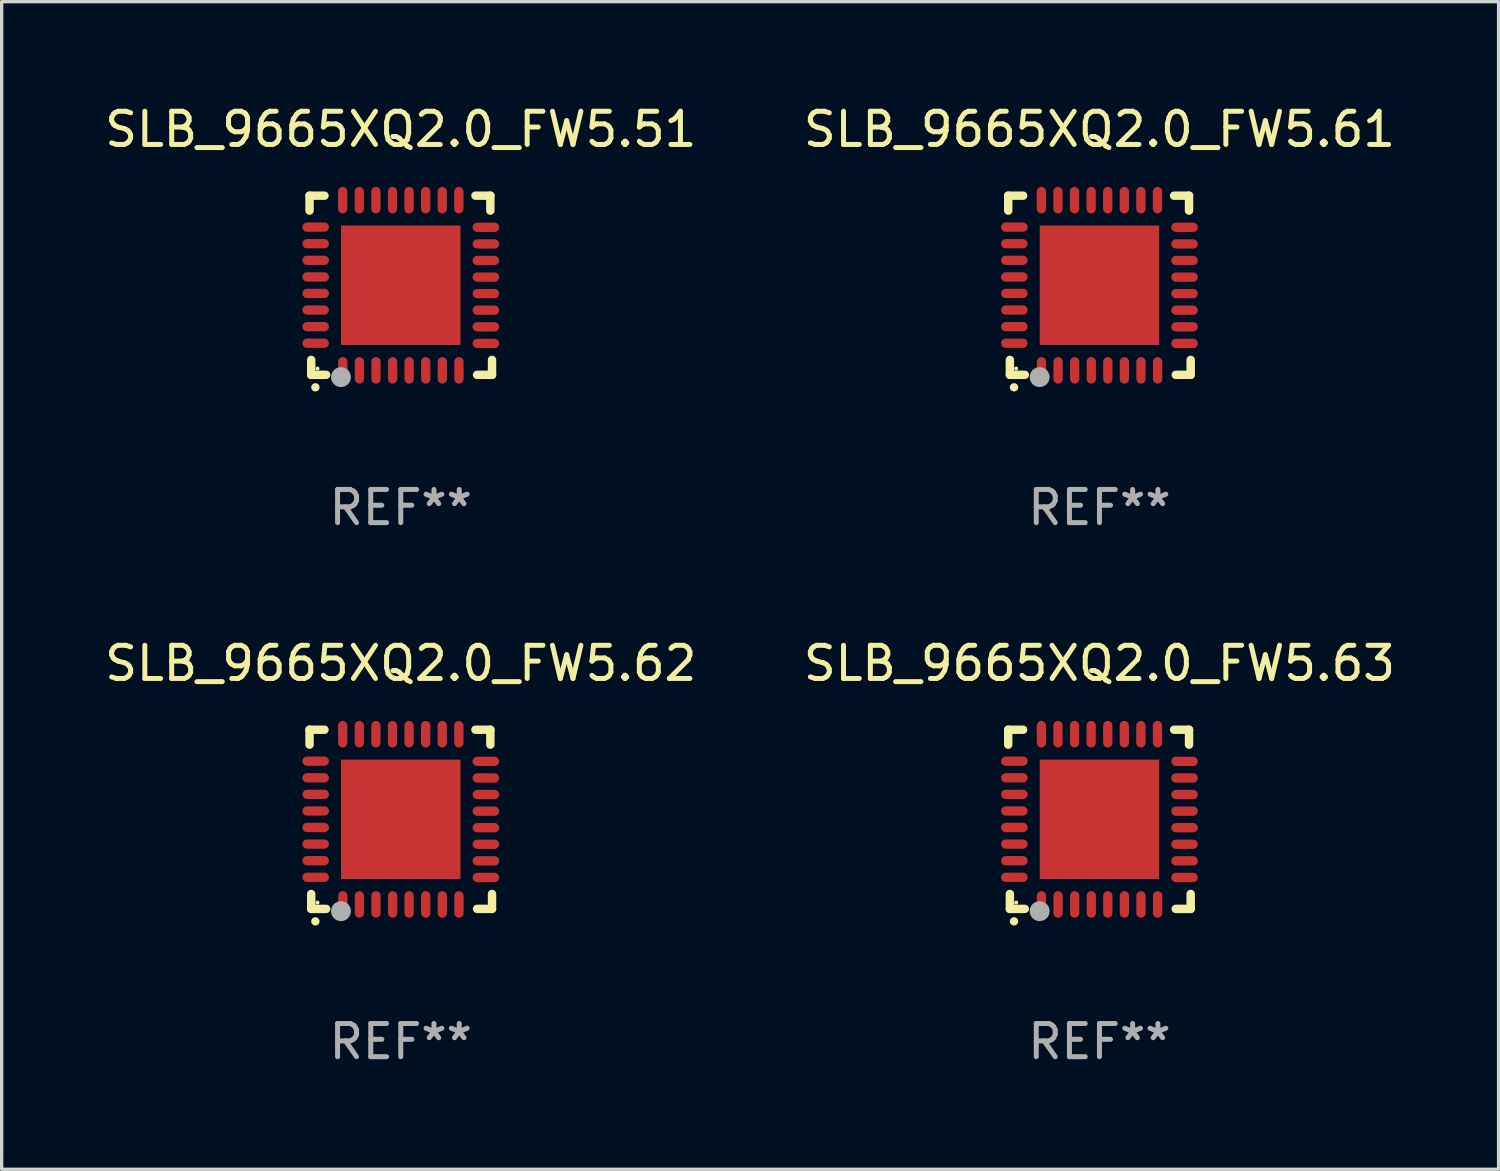
<source format=kicad_pcb>
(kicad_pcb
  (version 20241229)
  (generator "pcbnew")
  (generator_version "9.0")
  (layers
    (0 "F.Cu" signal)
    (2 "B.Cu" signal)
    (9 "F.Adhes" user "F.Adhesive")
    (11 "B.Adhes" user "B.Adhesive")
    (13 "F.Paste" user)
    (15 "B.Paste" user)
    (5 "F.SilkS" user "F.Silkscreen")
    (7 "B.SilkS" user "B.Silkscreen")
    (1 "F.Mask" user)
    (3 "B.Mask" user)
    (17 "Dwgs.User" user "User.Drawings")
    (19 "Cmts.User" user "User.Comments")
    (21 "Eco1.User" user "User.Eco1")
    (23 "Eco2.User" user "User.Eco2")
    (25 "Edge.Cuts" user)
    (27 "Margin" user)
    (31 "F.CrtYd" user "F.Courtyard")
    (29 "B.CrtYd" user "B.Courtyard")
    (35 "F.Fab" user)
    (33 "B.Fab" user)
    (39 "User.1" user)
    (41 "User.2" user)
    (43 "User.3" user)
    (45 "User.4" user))
  (footprint "SLB_9665XQ2.0_FW5.61"
    (layer "F.Cu")
    (at 30.089 5.548)
    (property "Reference" "SLB_9665XQ2.0_FW5.61" (at 0 -4.7 0) (layer "F.SilkS") (effects (font (size 1 1) (thickness 0.15))))
    (attr through_hole)
    (fp_line (start -2.75 -2.7) (end -2.75 -2.25) (stroke (width 0.254) (type solid)) (layer "F.SilkS"))
    (fp_line (start -2.7 2.7) (end -2.7 2.25) (stroke (width 0.254) (type solid)) (layer "F.SilkS"))
    (fp_line (start -2.3 -2.7) (end -2.75 -2.7) (stroke (width 0.254) (type solid)) (layer "F.SilkS"))
    (fp_line (start -2.25 2.7) (end -2.7 2.7) (stroke (width 0.254) (type solid)) (layer "F.SilkS"))
    (fp_line (start 2.3 2.7) (end 2.75 2.7) (stroke (width 0.254) (type solid)) (layer "F.SilkS"))
    (fp_line (start 2.7 -2.7) (end 2.25 -2.7) (stroke (width 0.254) (type solid)) (layer "F.SilkS"))
    (fp_line (start 2.7 -2.25) (end 2.7 -2.7) (stroke (width 0.254) (type solid)) (layer "F.SilkS"))
    (fp_line (start 2.75 2.7) (end 2.75 2.25) (stroke (width 0.254) (type solid)) (layer "F.SilkS"))
    (fp_arc (start -2.575565 3.075946) (mid -2.574295 3.07594) (end -2.573025 3.075946) (stroke (width 0.25) (type solid)) (layer "F.SilkS"))
    (fp_circle (center -2.51 2.51) (end -2.48 2.51) (stroke (width 0.06) (type solid)) (fill no) (layer "F.SilkS"))
    (fp_circle (center -1.803 2.769) (end -1.653 2.769) (stroke (width 0.3) (type solid)) (fill no) (layer "F.Fab"))
    (fp_text user "REF**" (at 0 6.7 0) (layer "F.Fab") (effects (font (size 1 1) (thickness 0.15))))
    (pad "1" smd oval (at -1.747 2.565) (size 0.28 0.8) (layers "F.Cu" "F.Mask" "F.Paste"))
    (pad "2" smd oval (at -1.247 2.565) (size 0.28 0.8) (layers "F.Cu" "F.Mask" "F.Paste"))
    (pad "3" smd oval (at -0.747 2.565) (size 0.28 0.8) (layers "F.Cu" "F.Mask" "F.Paste"))
    (pad "4" smd oval (at -0.246 2.565) (size 0.28 0.8) (layers "F.Cu" "F.Mask" "F.Paste"))
    (pad "5" smd oval (at 0.252 2.565) (size 0.28 0.8) (layers "F.Cu" "F.Mask" "F.Paste"))
    (pad "6" smd oval (at 0.752 2.565) (size 0.28 0.8) (layers "F.Cu" "F.Mask" "F.Paste"))
    (pad "7" smd oval (at 1.252 2.565) (size 0.28 0.8) (layers "F.Cu" "F.Mask" "F.Paste"))
    (pad "8" smd oval (at 1.753 2.565) (size 0.28 0.8) (layers "F.Cu" "F.Mask" "F.Paste"))
    (pad "9" smd oval (at 2.565 1.753) (size 0.8 0.28) (layers "F.Cu" "F.Mask" "F.Paste"))
    (pad "10" smd oval (at 2.565 1.252) (size 0.8 0.28) (layers "F.Cu" "F.Mask" "F.Paste"))
    (pad "11" smd oval (at 2.565 0.752) (size 0.8 0.28) (layers "F.Cu" "F.Mask" "F.Paste"))
    (pad "12" smd oval (at 2.565 0.252) (size 0.8 0.28) (layers "F.Cu" "F.Mask" "F.Paste"))
    (pad "13" smd oval (at 2.565 -0.246) (size 0.8 0.28) (layers "F.Cu" "F.Mask" "F.Paste"))
    (pad "14" smd oval (at 2.565 -0.747) (size 0.8 0.28) (layers "F.Cu" "F.Mask" "F.Paste"))
    (pad "15" smd oval (at 2.565 -1.247) (size 0.8 0.28) (layers "F.Cu" "F.Mask" "F.Paste"))
    (pad "16" smd oval (at 2.565 -1.747) (size 0.8 0.28) (layers "F.Cu" "F.Mask" "F.Paste"))
    (pad "17" smd oval (at 1.75 -2.565) (size 0.28 0.8) (layers "F.Cu" "F.Mask" "F.Paste"))
    (pad "18" smd oval (at 1.25 -2.565) (size 0.28 0.8) (layers "F.Cu" "F.Mask" "F.Paste"))
    (pad "19" smd oval (at 0.75 -2.565) (size 0.28 0.8) (layers "F.Cu" "F.Mask" "F.Paste"))
    (pad "20" smd oval (at 0.25 -2.565) (size 0.28 0.8) (layers "F.Cu" "F.Mask" "F.Paste"))
    (pad "21" smd oval (at -0.25 -2.565) (size 0.28 0.8) (layers "F.Cu" "F.Mask" "F.Paste"))
    (pad "22" smd oval (at -0.75 -2.565) (size 0.28 0.8) (layers "F.Cu" "F.Mask" "F.Paste"))
    (pad "23" smd oval (at -1.25 -2.565) (size 0.28 0.8) (layers "F.Cu" "F.Mask" "F.Paste"))
    (pad "24" smd oval (at -1.75 -2.565) (size 0.28 0.8) (layers "F.Cu" "F.Mask" "F.Paste"))
    (pad "25" smd oval (at -2.565 -1.753) (size 0.8 0.28) (layers "F.Cu" "F.Mask" "F.Paste"))
    (pad "26" smd oval (at -2.565 -1.252) (size 0.8 0.28) (layers "F.Cu" "F.Mask" "F.Paste"))
    (pad "27" smd oval (at -2.565 -0.752) (size 0.8 0.28) (layers "F.Cu" "F.Mask" "F.Paste"))
    (pad "28" smd oval (at -2.565 -0.251) (size 0.8 0.28) (layers "F.Cu" "F.Mask" "F.Paste"))
    (pad "29" smd oval (at -2.565 0.246) (size 0.8 0.28) (layers "F.Cu" "F.Mask" "F.Paste"))
    (pad "30" smd oval (at -2.565 0.747) (size 0.8 0.28) (layers "F.Cu" "F.Mask" "F.Paste"))
    (pad "31" smd oval (at -2.565 1.247) (size 0.8 0.28) (layers "F.Cu" "F.Mask" "F.Paste"))
    (pad "32" smd oval (at -2.565 1.748) (size 0.8 0.28) (layers "F.Cu" "F.Mask" "F.Paste"))
    (pad "33" smd rect (at 0.000076 0.000076) (size 3.6 3.6) (layers "F.Cu" "F.Mask" "F.Paste")))
  (footprint "SLB_9665XQ2.0_FW5.63"
    (layer "F.Cu")
    (at 30.089 21.645)
    (property "Reference" "SLB_9665XQ2.0_FW5.63" (at 0 -4.7 0) (layer "F.SilkS") (effects (font (size 1 1) (thickness 0.15))))
    (attr through_hole)
    (fp_line (start -2.75 -2.7) (end -2.75 -2.25) (stroke (width 0.254) (type solid)) (layer "F.SilkS"))
    (fp_line (start -2.7 2.7) (end -2.7 2.25) (stroke (width 0.254) (type solid)) (layer "F.SilkS"))
    (fp_line (start -2.3 -2.7) (end -2.75 -2.7) (stroke (width 0.254) (type solid)) (layer "F.SilkS"))
    (fp_line (start -2.25 2.7) (end -2.7 2.7) (stroke (width 0.254) (type solid)) (layer "F.SilkS"))
    (fp_line (start 2.3 2.7) (end 2.75 2.7) (stroke (width 0.254) (type solid)) (layer "F.SilkS"))
    (fp_line (start 2.7 -2.7) (end 2.25 -2.7) (stroke (width 0.254) (type solid)) (layer "F.SilkS"))
    (fp_line (start 2.7 -2.25) (end 2.7 -2.7) (stroke (width 0.254) (type solid)) (layer "F.SilkS"))
    (fp_line (start 2.75 2.7) (end 2.75 2.25) (stroke (width 0.254) (type solid)) (layer "F.SilkS"))
    (fp_arc (start -2.575565 3.075946) (mid -2.574295 3.07594) (end -2.573025 3.075946) (stroke (width 0.25) (type solid)) (layer "F.SilkS"))
    (fp_circle (center -2.51 2.51) (end -2.48 2.51) (stroke (width 0.06) (type solid)) (fill no) (layer "F.SilkS"))
    (fp_circle (center -1.803 2.769) (end -1.653 2.769) (stroke (width 0.3) (type solid)) (fill no) (layer "F.Fab"))
    (fp_text user "REF**" (at 0 6.7 0) (layer "F.Fab") (effects (font (size 1 1) (thickness 0.15))))
    (pad "1" smd oval (at -1.747 2.565) (size 0.28 0.8) (layers "F.Cu" "F.Mask" "F.Paste"))
    (pad "2" smd oval (at -1.247 2.565) (size 0.28 0.8) (layers "F.Cu" "F.Mask" "F.Paste"))
    (pad "3" smd oval (at -0.747 2.565) (size 0.28 0.8) (layers "F.Cu" "F.Mask" "F.Paste"))
    (pad "4" smd oval (at -0.246 2.565) (size 0.28 0.8) (layers "F.Cu" "F.Mask" "F.Paste"))
    (pad "5" smd oval (at 0.252 2.565) (size 0.28 0.8) (layers "F.Cu" "F.Mask" "F.Paste"))
    (pad "6" smd oval (at 0.752 2.565) (size 0.28 0.8) (layers "F.Cu" "F.Mask" "F.Paste"))
    (pad "7" smd oval (at 1.252 2.565) (size 0.28 0.8) (layers "F.Cu" "F.Mask" "F.Paste"))
    (pad "8" smd oval (at 1.753 2.565) (size 0.28 0.8) (layers "F.Cu" "F.Mask" "F.Paste"))
    (pad "9" smd oval (at 2.565 1.753) (size 0.8 0.28) (layers "F.Cu" "F.Mask" "F.Paste"))
    (pad "10" smd oval (at 2.565 1.252) (size 0.8 0.28) (layers "F.Cu" "F.Mask" "F.Paste"))
    (pad "11" smd oval (at 2.565 0.752) (size 0.8 0.28) (layers "F.Cu" "F.Mask" "F.Paste"))
    (pad "12" smd oval (at 2.565 0.252) (size 0.8 0.28) (layers "F.Cu" "F.Mask" "F.Paste"))
    (pad "13" smd oval (at 2.565 -0.246) (size 0.8 0.28) (layers "F.Cu" "F.Mask" "F.Paste"))
    (pad "14" smd oval (at 2.565 -0.747) (size 0.8 0.28) (layers "F.Cu" "F.Mask" "F.Paste"))
    (pad "15" smd oval (at 2.565 -1.247) (size 0.8 0.28) (layers "F.Cu" "F.Mask" "F.Paste"))
    (pad "16" smd oval (at 2.565 -1.747) (size 0.8 0.28) (layers "F.Cu" "F.Mask" "F.Paste"))
    (pad "17" smd oval (at 1.75 -2.565) (size 0.28 0.8) (layers "F.Cu" "F.Mask" "F.Paste"))
    (pad "18" smd oval (at 1.25 -2.565) (size 0.28 0.8) (layers "F.Cu" "F.Mask" "F.Paste"))
    (pad "19" smd oval (at 0.75 -2.565) (size 0.28 0.8) (layers "F.Cu" "F.Mask" "F.Paste"))
    (pad "20" smd oval (at 0.25 -2.565) (size 0.28 0.8) (layers "F.Cu" "F.Mask" "F.Paste"))
    (pad "21" smd oval (at -0.25 -2.565) (size 0.28 0.8) (layers "F.Cu" "F.Mask" "F.Paste"))
    (pad "22" smd oval (at -0.75 -2.565) (size 0.28 0.8) (layers "F.Cu" "F.Mask" "F.Paste"))
    (pad "23" smd oval (at -1.25 -2.565) (size 0.28 0.8) (layers "F.Cu" "F.Mask" "F.Paste"))
    (pad "24" smd oval (at -1.75 -2.565) (size 0.28 0.8) (layers "F.Cu" "F.Mask" "F.Paste"))
    (pad "25" smd oval (at -2.565 -1.753) (size 0.8 0.28) (layers "F.Cu" "F.Mask" "F.Paste"))
    (pad "26" smd oval (at -2.565 -1.252) (size 0.8 0.28) (layers "F.Cu" "F.Mask" "F.Paste"))
    (pad "27" smd oval (at -2.565 -0.752) (size 0.8 0.28) (layers "F.Cu" "F.Mask" "F.Paste"))
    (pad "28" smd oval (at -2.565 -0.251) (size 0.8 0.28) (layers "F.Cu" "F.Mask" "F.Paste"))
    (pad "29" smd oval (at -2.565 0.246) (size 0.8 0.28) (layers "F.Cu" "F.Mask" "F.Paste"))
    (pad "30" smd oval (at -2.565 0.747) (size 0.8 0.28) (layers "F.Cu" "F.Mask" "F.Paste"))
    (pad "31" smd oval (at -2.565 1.247) (size 0.8 0.28) (layers "F.Cu" "F.Mask" "F.Paste"))
    (pad "32" smd oval (at -2.565 1.748) (size 0.8 0.28) (layers "F.Cu" "F.Mask" "F.Paste"))
    (pad "33" smd rect (at 0.000076 0.000076) (size 3.6 3.6) (layers "F.Cu" "F.Mask" "F.Paste")))
  (footprint "SLB_9665XQ2.0_FW5.62"
    (layer "F.Cu")
    (at 9.03 21.645)
    (property "Reference" "SLB_9665XQ2.0_FW5.62" (at 0 -4.7 0) (layer "F.SilkS") (effects (font (size 1 1) (thickness 0.15))))
    (attr through_hole)
    (fp_line (start -2.75 -2.7) (end -2.75 -2.25) (stroke (width 0.254) (type solid)) (layer "F.SilkS"))
    (fp_line (start -2.7 2.7) (end -2.7 2.25) (stroke (width 0.254) (type solid)) (layer "F.SilkS"))
    (fp_line (start -2.3 -2.7) (end -2.75 -2.7) (stroke (width 0.254) (type solid)) (layer "F.SilkS"))
    (fp_line (start -2.25 2.7) (end -2.7 2.7) (stroke (width 0.254) (type solid)) (layer "F.SilkS"))
    (fp_line (start 2.3 2.7) (end 2.75 2.7) (stroke (width 0.254) (type solid)) (layer "F.SilkS"))
    (fp_line (start 2.7 -2.7) (end 2.25 -2.7) (stroke (width 0.254) (type solid)) (layer "F.SilkS"))
    (fp_line (start 2.7 -2.25) (end 2.7 -2.7) (stroke (width 0.254) (type solid)) (layer "F.SilkS"))
    (fp_line (start 2.75 2.7) (end 2.75 2.25) (stroke (width 0.254) (type solid)) (layer "F.SilkS"))
    (fp_arc (start -2.575565 3.075946) (mid -2.574295 3.07594) (end -2.573025 3.075946) (stroke (width 0.25) (type solid)) (layer "F.SilkS"))
    (fp_circle (center -2.51 2.51) (end -2.48 2.51) (stroke (width 0.06) (type solid)) (fill no) (layer "F.SilkS"))
    (fp_circle (center -1.803 2.769) (end -1.653 2.769) (stroke (width 0.3) (type solid)) (fill no) (layer "F.Fab"))
    (fp_text user "REF**" (at 0 6.7 0) (layer "F.Fab") (effects (font (size 1 1) (thickness 0.15))))
    (pad "1" smd oval (at -1.747 2.565) (size 0.28 0.8) (layers "F.Cu" "F.Mask" "F.Paste"))
    (pad "2" smd oval (at -1.247 2.565) (size 0.28 0.8) (layers "F.Cu" "F.Mask" "F.Paste"))
    (pad "3" smd oval (at -0.747 2.565) (size 0.28 0.8) (layers "F.Cu" "F.Mask" "F.Paste"))
    (pad "4" smd oval (at -0.246 2.565) (size 0.28 0.8) (layers "F.Cu" "F.Mask" "F.Paste"))
    (pad "5" smd oval (at 0.252 2.565) (size 0.28 0.8) (layers "F.Cu" "F.Mask" "F.Paste"))
    (pad "6" smd oval (at 0.752 2.565) (size 0.28 0.8) (layers "F.Cu" "F.Mask" "F.Paste"))
    (pad "7" smd oval (at 1.252 2.565) (size 0.28 0.8) (layers "F.Cu" "F.Mask" "F.Paste"))
    (pad "8" smd oval (at 1.753 2.565) (size 0.28 0.8) (layers "F.Cu" "F.Mask" "F.Paste"))
    (pad "9" smd oval (at 2.565 1.753) (size 0.8 0.28) (layers "F.Cu" "F.Mask" "F.Paste"))
    (pad "10" smd oval (at 2.565 1.252) (size 0.8 0.28) (layers "F.Cu" "F.Mask" "F.Paste"))
    (pad "11" smd oval (at 2.565 0.752) (size 0.8 0.28) (layers "F.Cu" "F.Mask" "F.Paste"))
    (pad "12" smd oval (at 2.565 0.252) (size 0.8 0.28) (layers "F.Cu" "F.Mask" "F.Paste"))
    (pad "13" smd oval (at 2.565 -0.246) (size 0.8 0.28) (layers "F.Cu" "F.Mask" "F.Paste"))
    (pad "14" smd oval (at 2.565 -0.747) (size 0.8 0.28) (layers "F.Cu" "F.Mask" "F.Paste"))
    (pad "15" smd oval (at 2.565 -1.247) (size 0.8 0.28) (layers "F.Cu" "F.Mask" "F.Paste"))
    (pad "16" smd oval (at 2.565 -1.747) (size 0.8 0.28) (layers "F.Cu" "F.Mask" "F.Paste"))
    (pad "17" smd oval (at 1.75 -2.565) (size 0.28 0.8) (layers "F.Cu" "F.Mask" "F.Paste"))
    (pad "18" smd oval (at 1.25 -2.565) (size 0.28 0.8) (layers "F.Cu" "F.Mask" "F.Paste"))
    (pad "19" smd oval (at 0.75 -2.565) (size 0.28 0.8) (layers "F.Cu" "F.Mask" "F.Paste"))
    (pad "20" smd oval (at 0.25 -2.565) (size 0.28 0.8) (layers "F.Cu" "F.Mask" "F.Paste"))
    (pad "21" smd oval (at -0.25 -2.565) (size 0.28 0.8) (layers "F.Cu" "F.Mask" "F.Paste"))
    (pad "22" smd oval (at -0.75 -2.565) (size 0.28 0.8) (layers "F.Cu" "F.Mask" "F.Paste"))
    (pad "23" smd oval (at -1.25 -2.565) (size 0.28 0.8) (layers "F.Cu" "F.Mask" "F.Paste"))
    (pad "24" smd oval (at -1.75 -2.565) (size 0.28 0.8) (layers "F.Cu" "F.Mask" "F.Paste"))
    (pad "25" smd oval (at -2.565 -1.753) (size 0.8 0.28) (layers "F.Cu" "F.Mask" "F.Paste"))
    (pad "26" smd oval (at -2.565 -1.252) (size 0.8 0.28) (layers "F.Cu" "F.Mask" "F.Paste"))
    (pad "27" smd oval (at -2.565 -0.752) (size 0.8 0.28) (layers "F.Cu" "F.Mask" "F.Paste"))
    (pad "28" smd oval (at -2.565 -0.251) (size 0.8 0.28) (layers "F.Cu" "F.Mask" "F.Paste"))
    (pad "29" smd oval (at -2.565 0.246) (size 0.8 0.28) (layers "F.Cu" "F.Mask" "F.Paste"))
    (pad "30" smd oval (at -2.565 0.747) (size 0.8 0.28) (layers "F.Cu" "F.Mask" "F.Paste"))
    (pad "31" smd oval (at -2.565 1.247) (size 0.8 0.28) (layers "F.Cu" "F.Mask" "F.Paste"))
    (pad "32" smd oval (at -2.565 1.748) (size 0.8 0.28) (layers "F.Cu" "F.Mask" "F.Paste"))
    (pad "33" smd rect (at 0.000076 0.000076) (size 3.6 3.6) (layers "F.Cu" "F.Mask" "F.Paste")))
  (footprint "SLB_9665XQ2.0_FW5.51"
    (layer "F.Cu")
    (at 9.03 5.548)
    (property "Reference" "SLB_9665XQ2.0_FW5.51" (at 0 -4.7 0) (layer "F.SilkS") (effects (font (size 1 1) (thickness 0.15))))
    (attr through_hole)
    (fp_line (start -2.75 -2.7) (end -2.75 -2.25) (stroke (width 0.254) (type solid)) (layer "F.SilkS"))
    (fp_line (start -2.7 2.7) (end -2.7 2.25) (stroke (width 0.254) (type solid)) (layer "F.SilkS"))
    (fp_line (start -2.3 -2.7) (end -2.75 -2.7) (stroke (width 0.254) (type solid)) (layer "F.SilkS"))
    (fp_line (start -2.25 2.7) (end -2.7 2.7) (stroke (width 0.254) (type solid)) (layer "F.SilkS"))
    (fp_line (start 2.3 2.7) (end 2.75 2.7) (stroke (width 0.254) (type solid)) (layer "F.SilkS"))
    (fp_line (start 2.7 -2.7) (end 2.25 -2.7) (stroke (width 0.254) (type solid)) (layer "F.SilkS"))
    (fp_line (start 2.7 -2.25) (end 2.7 -2.7) (stroke (width 0.254) (type solid)) (layer "F.SilkS"))
    (fp_line (start 2.75 2.7) (end 2.75 2.25) (stroke (width 0.254) (type solid)) (layer "F.SilkS"))
    (fp_arc (start -2.575565 3.075946) (mid -2.574295 3.07594) (end -2.573025 3.075946) (stroke (width 0.25) (type solid)) (layer "F.SilkS"))
    (fp_circle (center -2.51 2.51) (end -2.48 2.51) (stroke (width 0.06) (type solid)) (fill no) (layer "F.SilkS"))
    (fp_circle (center -1.803 2.769) (end -1.653 2.769) (stroke (width 0.3) (type solid)) (fill no) (layer "F.Fab"))
    (fp_text user "REF**" (at 0 6.7 0) (layer "F.Fab") (effects (font (size 1 1) (thickness 0.15))))
    (pad "1" smd oval (at -1.747 2.565) (size 0.28 0.8) (layers "F.Cu" "F.Mask" "F.Paste"))
    (pad "2" smd oval (at -1.247 2.565) (size 0.28 0.8) (layers "F.Cu" "F.Mask" "F.Paste"))
    (pad "3" smd oval (at -0.747 2.565) (size 0.28 0.8) (layers "F.Cu" "F.Mask" "F.Paste"))
    (pad "4" smd oval (at -0.246 2.565) (size 0.28 0.8) (layers "F.Cu" "F.Mask" "F.Paste"))
    (pad "5" smd oval (at 0.252 2.565) (size 0.28 0.8) (layers "F.Cu" "F.Mask" "F.Paste"))
    (pad "6" smd oval (at 0.752 2.565) (size 0.28 0.8) (layers "F.Cu" "F.Mask" "F.Paste"))
    (pad "7" smd oval (at 1.252 2.565) (size 0.28 0.8) (layers "F.Cu" "F.Mask" "F.Paste"))
    (pad "8" smd oval (at 1.753 2.565) (size 0.28 0.8) (layers "F.Cu" "F.Mask" "F.Paste"))
    (pad "9" smd oval (at 2.565 1.753) (size 0.8 0.28) (layers "F.Cu" "F.Mask" "F.Paste"))
    (pad "10" smd oval (at 2.565 1.252) (size 0.8 0.28) (layers "F.Cu" "F.Mask" "F.Paste"))
    (pad "11" smd oval (at 2.565 0.752) (size 0.8 0.28) (layers "F.Cu" "F.Mask" "F.Paste"))
    (pad "12" smd oval (at 2.565 0.252) (size 0.8 0.28) (layers "F.Cu" "F.Mask" "F.Paste"))
    (pad "13" smd oval (at 2.565 -0.246) (size 0.8 0.28) (layers "F.Cu" "F.Mask" "F.Paste"))
    (pad "14" smd oval (at 2.565 -0.747) (size 0.8 0.28) (layers "F.Cu" "F.Mask" "F.Paste"))
    (pad "15" smd oval (at 2.565 -1.247) (size 0.8 0.28) (layers "F.Cu" "F.Mask" "F.Paste"))
    (pad "16" smd oval (at 2.565 -1.747) (size 0.8 0.28) (layers "F.Cu" "F.Mask" "F.Paste"))
    (pad "17" smd oval (at 1.75 -2.565) (size 0.28 0.8) (layers "F.Cu" "F.Mask" "F.Paste"))
    (pad "18" smd oval (at 1.25 -2.565) (size 0.28 0.8) (layers "F.Cu" "F.Mask" "F.Paste"))
    (pad "19" smd oval (at 0.75 -2.565) (size 0.28 0.8) (layers "F.Cu" "F.Mask" "F.Paste"))
    (pad "20" smd oval (at 0.25 -2.565) (size 0.28 0.8) (layers "F.Cu" "F.Mask" "F.Paste"))
    (pad "21" smd oval (at -0.25 -2.565) (size 0.28 0.8) (layers "F.Cu" "F.Mask" "F.Paste"))
    (pad "22" smd oval (at -0.75 -2.565) (size 0.28 0.8) (layers "F.Cu" "F.Mask" "F.Paste"))
    (pad "23" smd oval (at -1.25 -2.565) (size 0.28 0.8) (layers "F.Cu" "F.Mask" "F.Paste"))
    (pad "24" smd oval (at -1.75 -2.565) (size 0.28 0.8) (layers "F.Cu" "F.Mask" "F.Paste"))
    (pad "25" smd oval (at -2.565 -1.753) (size 0.8 0.28) (layers "F.Cu" "F.Mask" "F.Paste"))
    (pad "26" smd oval (at -2.565 -1.252) (size 0.8 0.28) (layers "F.Cu" "F.Mask" "F.Paste"))
    (pad "27" smd oval (at -2.565 -0.752) (size 0.8 0.28) (layers "F.Cu" "F.Mask" "F.Paste"))
    (pad "28" smd oval (at -2.565 -0.251) (size 0.8 0.28) (layers "F.Cu" "F.Mask" "F.Paste"))
    (pad "29" smd oval (at -2.565 0.246) (size 0.8 0.28) (layers "F.Cu" "F.Mask" "F.Paste"))
    (pad "30" smd oval (at -2.565 0.747) (size 0.8 0.28) (layers "F.Cu" "F.Mask" "F.Paste"))
    (pad "31" smd oval (at -2.565 1.247) (size 0.8 0.28) (layers "F.Cu" "F.Mask" "F.Paste"))
    (pad "32" smd oval (at -2.565 1.748) (size 0.8 0.28) (layers "F.Cu" "F.Mask" "F.Paste"))
    (pad "33" smd rect (at 0.000076 0.000076) (size 3.6 3.6) (layers "F.Cu" "F.Mask" "F.Paste")))
  (gr_rect
    (start -3 -3)
    (end 42.119 32.193)
    (stroke (width 0.1) (type default))
    (fill no)
    (layer "Edge.Cuts")))
</source>
